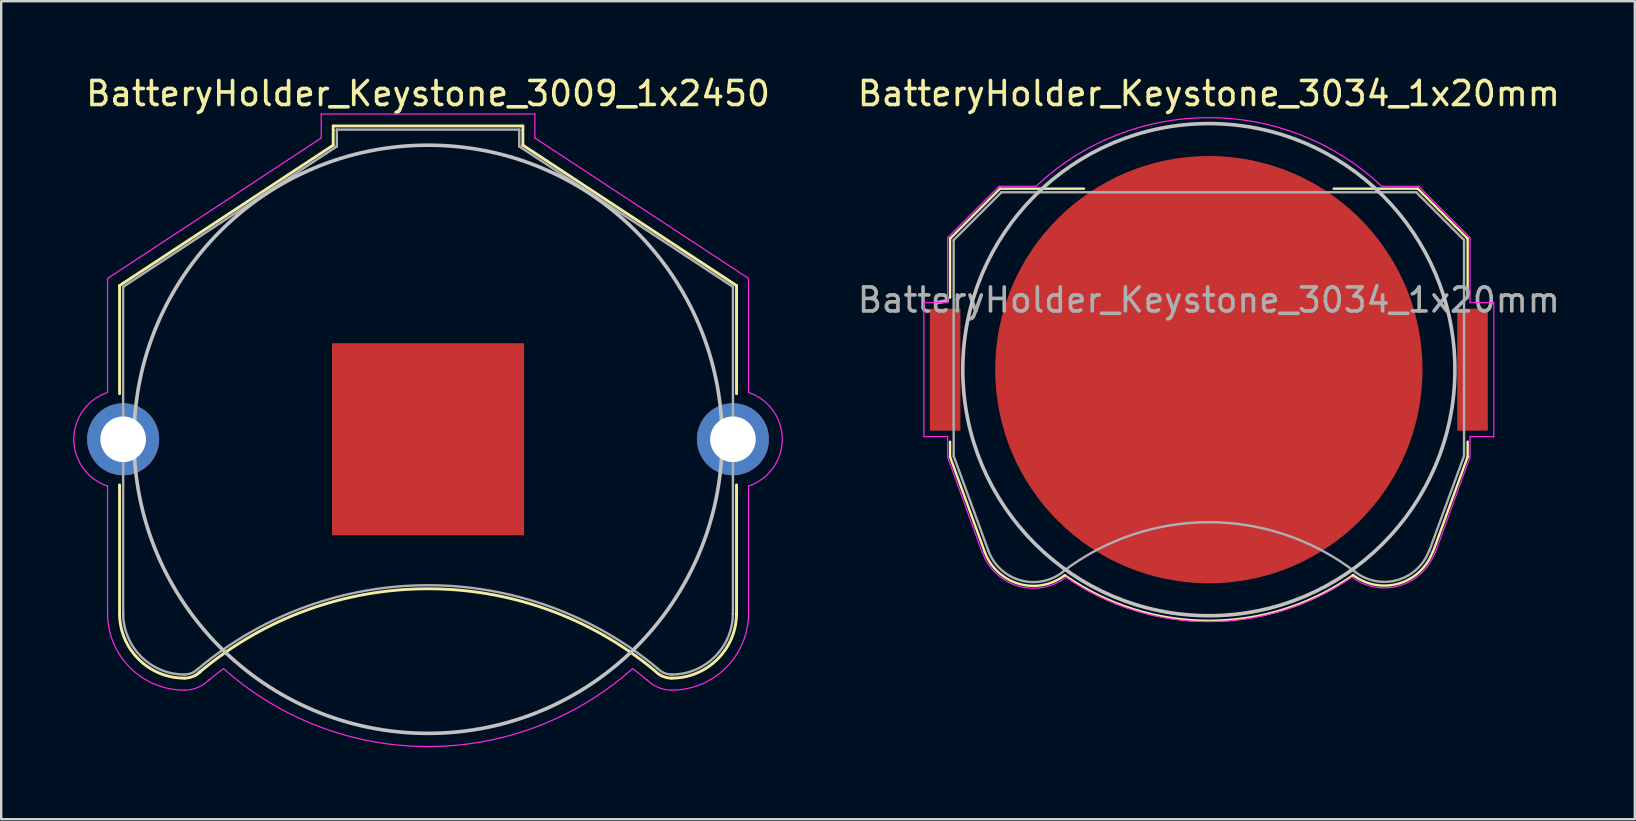
<source format=kicad_pcb>
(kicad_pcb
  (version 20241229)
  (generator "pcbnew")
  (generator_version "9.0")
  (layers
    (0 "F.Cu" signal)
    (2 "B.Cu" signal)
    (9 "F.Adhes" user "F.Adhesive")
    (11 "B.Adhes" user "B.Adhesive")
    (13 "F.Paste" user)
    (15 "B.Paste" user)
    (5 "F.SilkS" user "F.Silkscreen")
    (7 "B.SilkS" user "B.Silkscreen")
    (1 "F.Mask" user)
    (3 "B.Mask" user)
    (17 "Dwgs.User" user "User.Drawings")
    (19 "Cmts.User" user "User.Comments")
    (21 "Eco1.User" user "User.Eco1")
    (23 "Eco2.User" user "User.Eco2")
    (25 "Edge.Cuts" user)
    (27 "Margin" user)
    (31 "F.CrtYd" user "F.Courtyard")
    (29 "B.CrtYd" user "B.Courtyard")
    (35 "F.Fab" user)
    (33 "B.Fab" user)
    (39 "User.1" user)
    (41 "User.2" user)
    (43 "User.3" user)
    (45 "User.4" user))
  (footprint "BatteryHolder_Keystone_3034_1x20mm"
    (layer "F.Cu")
    (at 47.305 12.348)
    (property "Reference" "BatteryHolder_Keystone_3034_1x20mm" (at 0 -11.5 0) (layer "F.SilkS") (effects (font (size 1 1) (thickness 0.15))))
    (attr smd)
    (fp_line (start -10.78 -5.46) (end -10.78 -3) (stroke (width 0.1) (type solid)) (layer "F.SilkS"))
    (fp_line (start -10.78 3) (end -10.78 3.63) (stroke (width 0.1) (type solid)) (layer "F.SilkS"))
    (fp_line (start -10.78 3.63) (end -9.34 7.58) (stroke (width 0.1) (type solid)) (layer "F.SilkS"))
    (fp_line (start -8.7 -7.54) (end -10.78 -5.46) (stroke (width 0.1) (type solid)) (layer "F.SilkS"))
    (fp_line (start -5.2 -7.54) (end -8.7 -7.54) (stroke (width 0.1) (type solid)) (layer "F.SilkS"))
    (fp_line (start 8.7 -7.54) (end 5.2 -7.54) (stroke (width 0.1) (type solid)) (layer "F.SilkS"))
    (fp_line (start 8.7 -7.54) (end 10.78 -5.46) (stroke (width 0.1) (type solid)) (layer "F.SilkS"))
    (fp_line (start 10.78 -5.46) (end 10.78 -3) (stroke (width 0.1) (type solid)) (layer "F.SilkS"))
    (fp_line (start 10.78 3) (end 10.78 3.63) (stroke (width 0.1) (type solid)) (layer "F.SilkS"))
    (fp_line (start 10.78 3.63) (end 9.34 7.58) (stroke (width 0.1) (type solid)) (layer "F.SilkS"))
    (fp_arc (start -6.003354 8.56653) (mid -7.921654 8.918738) (end -9.34 7.58) (stroke (width 0.1) (type solid)) (layer "F.SilkS"))
    (fp_arc (start 6.011587 8.560753) (mid 0.005029 10.460671) (end -6.003353 8.566529) (stroke (width 0.1) (type solid)) (layer "F.SilkS"))
    (fp_arc (start 9.325243 7.588169) (mid 7.90634 8.911668) (end 6 8.55) (stroke (width 0.1) (type solid)) (layer "F.SilkS"))
    (fp_circle (center 0 0) (end 0 10.25) (stroke (width 0.15) (type solid)) (fill no) (layer "Dwgs.User"))
    (fp_line (start -11.87 -2.79) (end -11.87 2.79) (stroke (width 0.05) (type solid)) (layer "F.CrtYd"))
    (fp_line (start -11.87 2.79) (end -10.88 2.79) (stroke (width 0.05) (type solid)) (layer "F.CrtYd"))
    (fp_line (start -10.88 -5.5) (end -10.88 -2.79) (stroke (width 0.05) (type solid)) (layer "F.CrtYd"))
    (fp_line (start -10.88 -2.79) (end -11.87 -2.79) (stroke (width 0.05) (type solid)) (layer "F.CrtYd"))
    (fp_line (start -10.88 2.79) (end -10.88 3.64) (stroke (width 0.05) (type solid)) (layer "F.CrtYd"))
    (fp_line (start -10.88 3.64) (end -9.44 7.62) (stroke (width 0.05) (type solid)) (layer "F.CrtYd"))
    (fp_line (start -8.74 -7.64) (end -10.88 -5.5) (stroke (width 0.05) (type solid)) (layer "F.CrtYd"))
    (fp_line (start -7.2 -7.64) (end -8.74 -7.64) (stroke (width 0.05) (type solid)) (layer "F.CrtYd"))
    (fp_line (start 8.74 -7.64) (end 7.2 -7.64) (stroke (width 0.05) (type solid)) (layer "F.CrtYd"))
    (fp_line (start 9.43 7.63) (end 10.88 3.64) (stroke (width 0.05) (type solid)) (layer "F.CrtYd"))
    (fp_line (start 10.88 -5.5) (end 8.74 -7.64) (stroke (width 0.05) (type solid)) (layer "F.CrtYd"))
    (fp_line (start 10.88 -2.79) (end 10.88 -5.5) (stroke (width 0.05) (type solid)) (layer "F.CrtYd"))
    (fp_line (start 10.88 2.79) (end 11.87 2.79) (stroke (width 0.05) (type solid)) (layer "F.CrtYd"))
    (fp_line (start 10.88 3.64) (end 10.88 2.79) (stroke (width 0.05) (type solid)) (layer "F.CrtYd"))
    (fp_line (start 11.87 -2.79) (end 10.88 -2.79) (stroke (width 0.05) (type solid)) (layer "F.CrtYd"))
    (fp_line (start 11.87 2.79) (end 11.87 -2.79) (stroke (width 0.05) (type solid)) (layer "F.CrtYd"))
    (fp_arc (start -7.199546 -7.640427) (mid 0.000312 -10.498075) (end 7.2 -7.64) (stroke (width 0.05) (type solid)) (layer "F.CrtYd"))
    (fp_arc (start -5.956965 8.654604) (mid -7.953941 9.011629) (end -9.43 7.62) (stroke (width 0.05) (type solid)) (layer "F.CrtYd"))
    (fp_arc (start 5.945368 8.650075) (mid -0.008883 10.496243) (end -5.96 8.64) (stroke (width 0.05) (type solid)) (layer "F.CrtYd"))
    (fp_arc (start 9.415144 7.621341) (mid 7.944017 9.000493) (end 5.96 8.64) (stroke (width 0.05) (type solid)) (layer "F.CrtYd"))
    (fp_line (start -10.63 -5.4) (end -8.64 -7.39) (stroke (width 0.1) (type solid)) (layer "F.Fab"))
    (fp_line (start -10.63 3.6) (end -10.63 -5.4) (stroke (width 0.1) (type solid)) (layer "F.Fab"))
    (fp_line (start -9.19 7.53) (end -10.63 3.6) (stroke (width 0.1) (type solid)) (layer "F.Fab"))
    (fp_line (start -8.64 -7.39) (end 8.64 -7.39) (stroke (width 0.1) (type solid)) (layer "F.Fab"))
    (fp_line (start 8.64 -7.39) (end 10.63 -5.4) (stroke (width 0.1) (type solid)) (layer "F.Fab"))
    (fp_line (start 10.63 -5.4) (end 10.63 3.6) (stroke (width 0.1) (type solid)) (layer "F.Fab"))
    (fp_line (start 10.63 3.6) (end 9.19 7.53) (stroke (width 0.1) (type solid)) (layer "F.Fab"))
    (fp_arc (start -6.096146 8.438508) (mid -7.87328 8.768206) (end -9.19 7.53) (stroke (width 0.1) (type solid)) (layer "F.Fab"))
    (fp_arc (start -6.094852 8.426043) (mid 0.003247 6.355257) (end 6.1 8.43) (stroke (width 0.1) (type solid)) (layer "F.Fab"))
    (fp_arc (start 9.180727 7.528882) (mid 7.868698 8.760067) (end 6.1 8.43) (stroke (width 0.1) (type solid)) (layer "F.Fab"))
    (fp_text user "${REFERENCE}" (at 0 -2.9 0) (layer "F.Fab") (effects (font (size 1 1) (thickness 0.15))))
    (pad "1" smd rect (at -10.985 0) (size 1.27 5.08) (layers "F.Cu" "F.Mask" "F.Paste"))
    (pad "1" smd rect (at 10.985 0) (size 1.27 5.08) (layers "F.Cu" "F.Mask" "F.Paste"))
    (pad "2" smd circle (at 0 0) (size 17.8 17.8) (layers "F.Cu" "F.Mask")))
  (footprint "BatteryHolder_Keystone_3009_1x2450"
    (layer "F.Cu")
    (at 14.78 15.248)
    (property "Reference" "BatteryHolder_Keystone_3009_1x2450" (at 0 -14.4 0) (layer "F.SilkS") (effects (font (size 1 1) (thickness 0.15))))
    (attr through_hole)
    (fp_line (start -12.85 -6.4) (end -12.85 -1.9) (stroke (width 0.12) (type solid)) (layer "F.SilkS"))
    (fp_line (start -12.85 1.9) (end -12.85 7.3) (stroke (width 0.12) (type solid)) (layer "F.SilkS"))
    (fp_line (start -3.95 -13.05) (end -3.95 -12.25) (stroke (width 0.12) (type solid)) (layer "F.SilkS"))
    (fp_line (start -3.95 -13.05) (end 3.95 -13.05) (stroke (width 0.12) (type solid)) (layer "F.SilkS"))
    (fp_line (start -3.95 -12.25) (end -12.85 -6.4) (stroke (width 0.12) (type solid)) (layer "F.SilkS"))
    (fp_line (start 3.95 -13.05) (end 3.95 -12.25) (stroke (width 0.12) (type solid)) (layer "F.SilkS"))
    (fp_line (start 3.95 -12.25) (end 12.85 -6.4) (stroke (width 0.12) (type solid)) (layer "F.SilkS"))
    (fp_line (start 12.85 -6.4) (end 12.85 -1.9) (stroke (width 0.12) (type solid)) (layer "F.SilkS"))
    (fp_line (start 12.85 1.9) (end 12.85 7.3) (stroke (width 0.12) (type solid)) (layer "F.SilkS"))
    (fp_arc (start -10.15 9.95) (mid -12.059188 9.159188) (end -12.85 7.25) (stroke (width 0.12) (type solid)) (layer "F.SilkS"))
    (fp_arc (start -9.55 9.73) (mid -0.071508 6.228057) (end 9.440443 9.638071) (stroke (width 0.12) (type solid)) (layer "F.SilkS"))
    (fp_arc (start -9.478249 9.671751) (mid -9.786451 9.877685) (end -10.15 9.95) (stroke (width 0.12) (type solid)) (layer "F.SilkS"))
    (fp_arc (start 10.15 9.95) (mid 9.786451 9.877686) (end 9.478249 9.671751) (stroke (width 0.12) (type solid)) (layer "F.SilkS"))
    (fp_arc (start 12.85 7.25) (mid 12.059188 9.159188) (end 10.15 9.95) (stroke (width 0.12) (type solid)) (layer "F.SilkS"))
    (fp_circle (center 0 0) (end 12.25 0) (stroke (width 0.15) (type solid)) (fill no) (layer "Dwgs.User"))
    (fp_line (start -13.35 -6.7) (end -13.35 -1.95) (stroke (width 0.05) (type solid)) (layer "F.CrtYd"))
    (fp_line (start -13.35 1.95) (end -13.35 7.3) (stroke (width 0.05) (type solid)) (layer "F.CrtYd"))
    (fp_line (start -4.45 -13.55) (end -4.45 -12.55) (stroke (width 0.05) (type solid)) (layer "F.CrtYd"))
    (fp_line (start -4.45 -13.55) (end 4.45 -13.55) (stroke (width 0.05) (type solid)) (layer "F.CrtYd"))
    (fp_line (start -4.45 -12.55) (end -13.35 -6.7) (stroke (width 0.05) (type solid)) (layer "F.CrtYd"))
    (fp_line (start 4.45 -13.55) (end 4.45 -12.55) (stroke (width 0.05) (type solid)) (layer "F.CrtYd"))
    (fp_line (start 4.45 -12.55) (end 13.35 -6.7) (stroke (width 0.05) (type solid)) (layer "F.CrtYd"))
    (fp_line (start 13.35 -6.7) (end 13.35 -1.95) (stroke (width 0.05) (type solid)) (layer "F.CrtYd"))
    (fp_line (start 13.35 1.95) (end 13.35 7.3) (stroke (width 0.05) (type solid)) (layer "F.CrtYd"))
    (fp_arc (start -13.35 1.95) (mid -14.755479 0.002334) (end -13.354426 -1.948519) (stroke (width 0.05) (type solid)) (layer "F.CrtYd"))
    (fp_arc (start -10.15 10.45) (mid -12.412742 9.512742) (end -13.35 7.25) (stroke (width 0.05) (type solid)) (layer "F.CrtYd"))
    (fp_arc (start -9.15 10.05) (mid -8.840691 9.798786) (end -8.524488 9.556307) (stroke (width 0.05) (type solid)) (layer "F.CrtYd"))
    (fp_arc (start -9.124695 10.025305) (mid -9.595109 10.339626) (end -10.15 10.45) (stroke (width 0.05) (type solid)) (layer "F.CrtYd"))
    (fp_arc (start 0 12.8) (mid -4.55581 11.961797) (end -8.514949 9.556969) (stroke (width 0.05) (type solid)) (layer "F.CrtYd"))
    (fp_arc (start 8.514949 9.556969) (mid 4.55581 11.961798) (end 0 12.8) (stroke (width 0.05) (type solid)) (layer "F.CrtYd"))
    (fp_arc (start 8.524488 9.556307) (mid 8.840691 9.798786) (end 9.15 10.05) (stroke (width 0.05) (type solid)) (layer "F.CrtYd"))
    (fp_arc (start 10.15 10.45) (mid 9.595109 10.339625) (end 9.124695 10.025305) (stroke (width 0.05) (type solid)) (layer "F.CrtYd"))
    (fp_arc (start 13.35 7.25) (mid 12.412742 9.512742) (end 10.15 10.45) (stroke (width 0.05) (type solid)) (layer "F.CrtYd"))
    (fp_arc (start 13.354426 -1.948519) (mid 14.755479 0.002334) (end 13.35 1.95) (stroke (width 0.05) (type solid)) (layer "F.CrtYd"))
    (fp_line (start -12.7 -6.35) (end -12.7 7.3) (stroke (width 0.1) (type solid)) (layer "F.Fab"))
    (fp_line (start -3.8 -12.9) (end -3.8 -12.2) (stroke (width 0.1) (type solid)) (layer "F.Fab"))
    (fp_line (start -3.8 -12.9) (end 3.8 -12.9) (stroke (width 0.1) (type solid)) (layer "F.Fab"))
    (fp_line (start -3.8 -12.2) (end -12.7 -6.35) (stroke (width 0.1) (type solid)) (layer "F.Fab"))
    (fp_line (start 3.8 -12.9) (end 3.8 -12.2) (stroke (width 0.1) (type solid)) (layer "F.Fab"))
    (fp_line (start 3.8 -12.2) (end 12.7 -6.35) (stroke (width 0.1) (type solid)) (layer "F.Fab"))
    (fp_line (start 12.7 -6.35) (end 12.7 7.3) (stroke (width 0.1) (type solid)) (layer "F.Fab"))
    (fp_arc (start -10.15 9.8) (mid -11.953122 9.053122) (end -12.7 7.25) (stroke (width 0.1) (type solid)) (layer "F.Fab"))
    (fp_arc (start -9.6 9.58) (mid -0.013392 6.081011) (end 9.579482 9.562783) (stroke (width 0.1) (type solid)) (layer "F.Fab"))
    (fp_arc (start -9.584315 9.565685) (mid -9.843853 9.739103) (end -10.15 9.8) (stroke (width 0.1) (type solid)) (layer "F.Fab"))
    (fp_arc (start 10.15 9.8) (mid 9.843853 9.739104) (end 9.584315 9.565685) (stroke (width 0.1) (type solid)) (layer "F.Fab"))
    (fp_arc (start 12.7 7.25) (mid 11.953122 9.053122) (end 10.15 9.8) (stroke (width 0.1) (type solid)) (layer "F.Fab"))
    (pad "1" thru_hole circle (at -12.7 0) (size 3 3) (drill 1.9) (layers "*.Cu" "*.Mask"))
    (pad "1" thru_hole circle (at 12.7 0) (size 3 3) (drill 1.9) (layers "*.Cu" "*.Mask"))
    (pad "2" smd rect (at 0 0) (size 8 8) (layers "F.Cu" "F.Mask")))
  (gr_rect
    (start -3 -3)
    (end 65.049 31.073)
    (stroke (width 0.1) (type default))
    (fill no)
    (layer "Edge.Cuts")))
</source>
